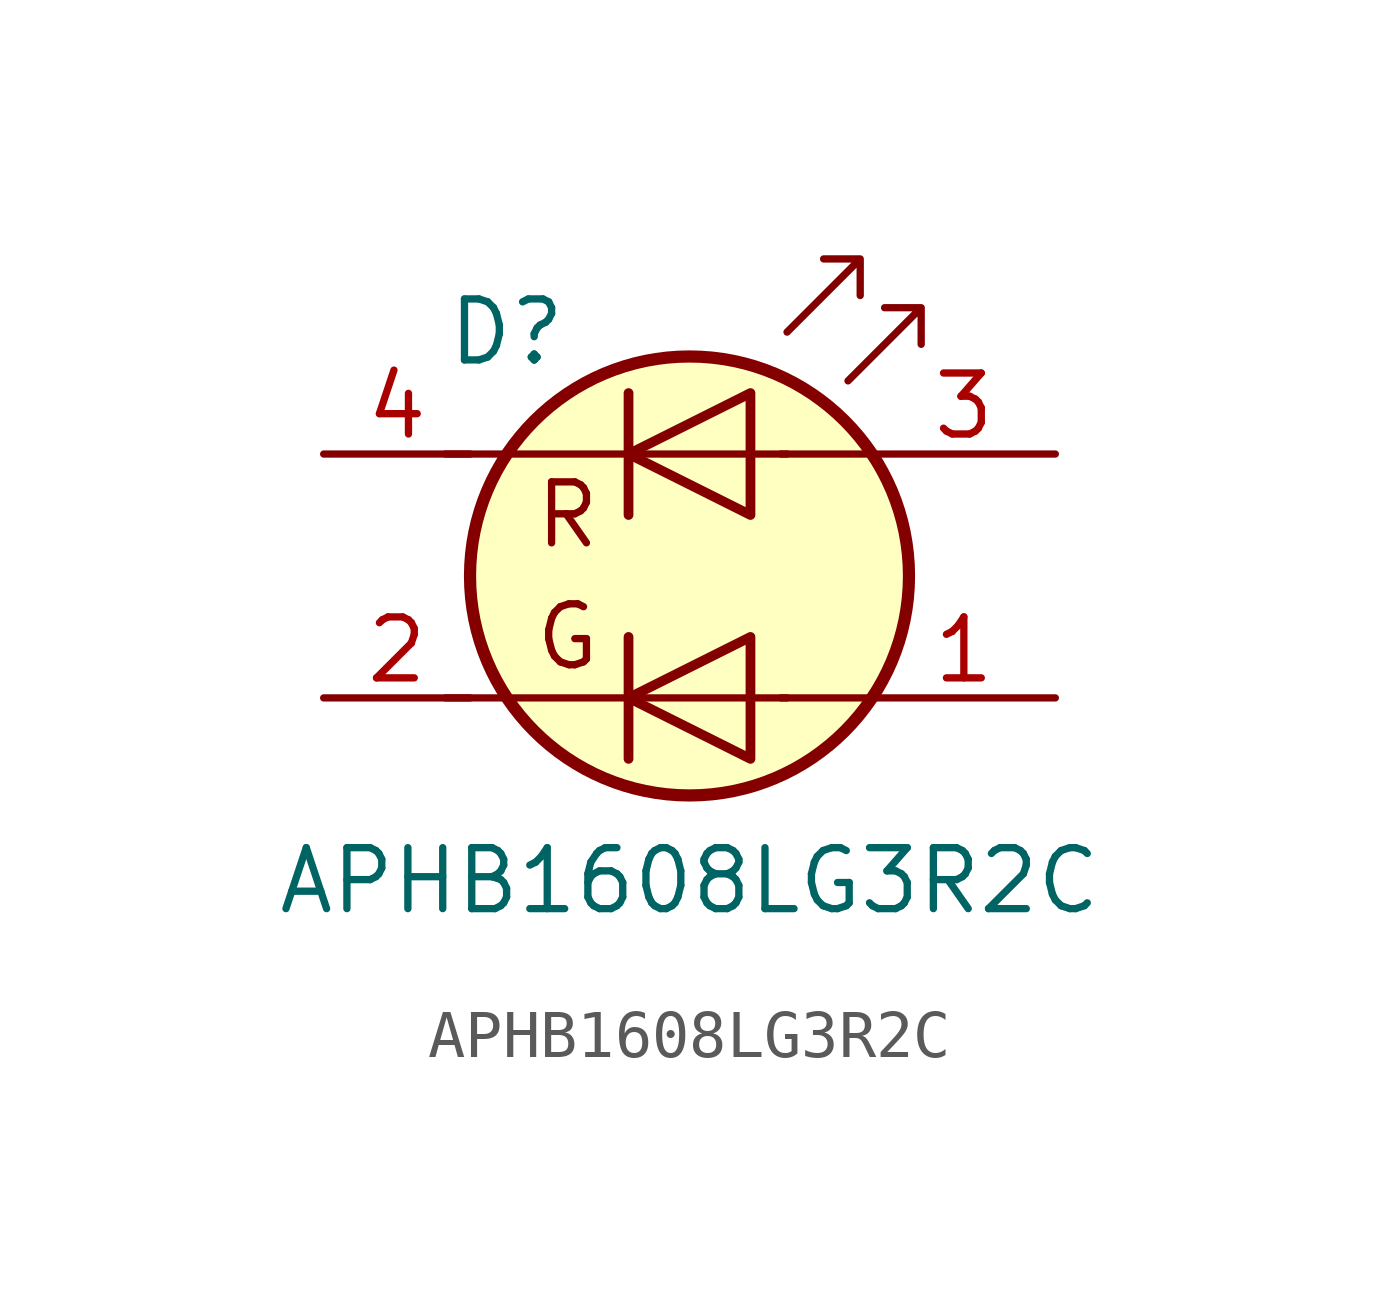
<source format=kicad_sym>
(kicad_symbol_lib
  (version 20211014)
  (generator kicad_symbol_editor)
  (symbol "APHB1608LG3R2C"
    (property "Reference" "D"
      (at 5.08 0 0)
      (effects (font (size 1.27 1.27))))
    (property "Value" "APHB1608LG3R2C"
      (at 8.89 -11.43 0)
      (effects (font (size 1.27 1.27))))
    (symbol "APHB1608LG3R2C_0_0"
      (text "G" (at 6.35 -6.35 0) (effects (font (size 1.27 1.27))))
      (text "R" (at 6.35 -3.81 0) (effects (font (size 1.27 1.27)))))
    (symbol "APHB1608LG3R2C_1_1"
      (polyline (pts (xy 3.81 -7.62) (xy 10.922 -7.62)) (stroke (width 0) (type default) (color 0 0 0 0)) (fill (type none)))
      (polyline (pts (xy 3.81 -2.54) (xy 10.922 -2.54)) (stroke (width 0) (type default) (color 0 0 0 0)) (fill (type none)))
      (polyline (pts (xy 7.62 -6.35) (xy 7.62 -8.89)) (stroke (width 0.203) (type default) (color 0 0 0 0)) (fill (type none)))
      (polyline (pts (xy 7.62 -1.27) (xy 7.62 -3.81)) (stroke (width 0.203) (type default) (color 0 0 0 0)) (fill (type none)))
      (polyline (pts (xy 12.7 -7.62) (xy 10.795 -7.62)) (stroke (width 0) (type default) (color 0 0 0 0)) (fill (type none)))
      (polyline (pts (xy 12.7 -2.54) (xy 10.795 -2.54)) (stroke (width 0) (type default) (color 0 0 0 0)) (fill (type none)))
      (polyline (pts (xy 10.16 -8.89) (xy 10.16 -6.35) (xy 7.62 -7.62) (xy 10.16 -8.89)) (stroke (width 0.203) (type default) (color 0 0 0 0)) (fill (type none)))
      (polyline (pts (xy 10.16 -3.81) (xy 10.16 -1.27) (xy 7.62 -2.54) (xy 10.16 -3.81)) (stroke (width 0.203) (type default) (color 0 0 0 0)) (fill (type none)))
      (polyline (pts (xy 10.922 0) (xy 12.446 1.524) (xy 11.684 1.524) (xy 12.446 1.524) (xy 12.446 0.762)) (stroke (width 0) (type default) (color 0 0 0 0)) (fill (type none)))
      (polyline (pts (xy 12.192 -1.016) (xy 13.716 0.508) (xy 12.954 0.508) (xy 13.716 0.508) (xy 13.716 -0.254)) (stroke (width 0) (type default) (color 0 0 0 0)) (fill (type none)))
      (circle (center 8.89 -5.08) (radius 4.572) (stroke (width 0.254) (type default) (color 0 0 0 0)) (fill (type background)))
      (pin input line (at 16.51 -7.62 180) (length 3.81) (name "~" (effects (font (size 1.27 1.27)))) (number "1" (effects (font (size 1.27 1.27)))))
      (pin input line (at 1.27 -7.62 0) (length 3.048) (name "~" (effects (font (size 1.27 1.27)))) (number "2" (effects (font (size 1.27 1.27)))))
      (pin input line (at 16.51 -2.54 180) (length 3.81) (name "~" (effects (font (size 1.27 1.27)))) (number "3" (effects (font (size 1.27 1.27)))))
      (pin input line (at 1.27 -2.54 0) (length 3.048) (name "~" (effects (font (size 1.27 1.27)))) (number "4" (effects (font (size 1.27 1.27))))))))
</source>
